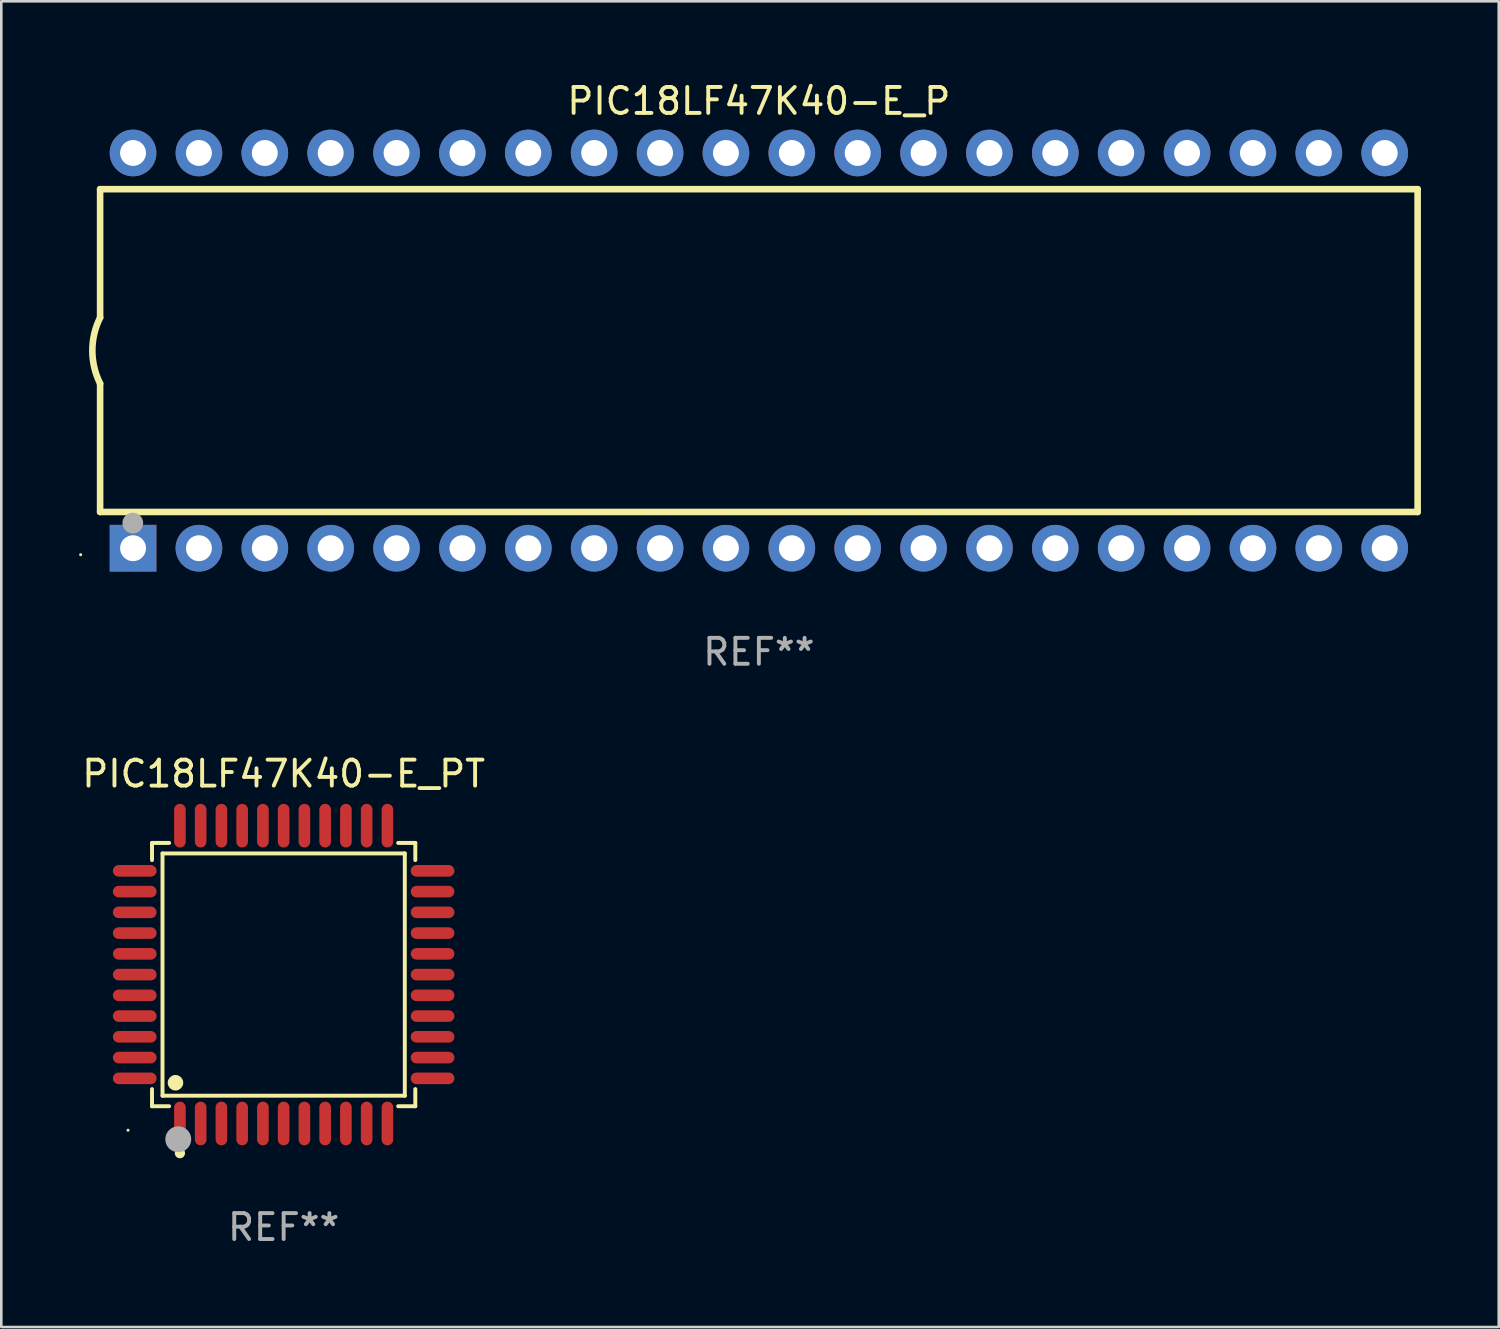
<source format=kicad_pcb>
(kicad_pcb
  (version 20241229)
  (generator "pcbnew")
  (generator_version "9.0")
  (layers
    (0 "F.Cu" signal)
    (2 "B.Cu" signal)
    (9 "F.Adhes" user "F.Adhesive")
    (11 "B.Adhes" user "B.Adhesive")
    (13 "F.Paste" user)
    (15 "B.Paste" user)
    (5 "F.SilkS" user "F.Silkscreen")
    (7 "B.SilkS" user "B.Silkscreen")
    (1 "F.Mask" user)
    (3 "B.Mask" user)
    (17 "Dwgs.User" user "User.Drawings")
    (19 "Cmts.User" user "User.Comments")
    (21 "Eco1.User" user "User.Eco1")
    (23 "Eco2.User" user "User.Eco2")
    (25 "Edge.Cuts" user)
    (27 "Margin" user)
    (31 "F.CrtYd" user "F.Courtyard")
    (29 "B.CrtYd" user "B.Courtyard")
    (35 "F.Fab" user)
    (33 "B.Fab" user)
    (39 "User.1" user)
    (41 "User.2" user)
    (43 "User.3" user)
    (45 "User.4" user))
  (footprint "PIC18LF47K40-E_PT"
    (layer "F.Cu")
    (at 7.887 34.527)
    (property "Reference" "PIC18LF47K40-E_PT" (at 0 -7.742 0) (layer "F.SilkS") (effects (font (size 1 1) (thickness 0.15))))
    (attr through_hole)
    (fp_line (start -5.076 -5.076) (end -4.415 -5.076) (stroke (width 0.152) (type solid)) (layer "F.SilkS"))
    (fp_line (start -5.076 -4.415) (end -5.076 -5.076) (stroke (width 0.152) (type solid)) (layer "F.SilkS"))
    (fp_line (start -5.076 4.415) (end -5.076 5.076) (stroke (width 0.152) (type solid)) (layer "F.SilkS"))
    (fp_line (start -5.076 5.076) (end -4.415 5.076) (stroke (width 0.152) (type solid)) (layer "F.SilkS"))
    (fp_line (start -4.671 -4.671) (end 4.671 -4.671) (stroke (width 0.152) (type solid)) (layer "F.SilkS"))
    (fp_line (start -4.671 4.671) (end -4.671 -4.671) (stroke (width 0.152) (type solid)) (layer "F.SilkS"))
    (fp_line (start 4.671 -4.671) (end 4.671 4.671) (stroke (width 0.152) (type solid)) (layer "F.SilkS"))
    (fp_line (start 4.671 4.671) (end -4.671 4.671) (stroke (width 0.152) (type solid)) (layer "F.SilkS"))
    (fp_line (start 5.076 -5.076) (end 4.415 -5.076) (stroke (width 0.152) (type solid)) (layer "F.SilkS"))
    (fp_line (start 5.076 -4.415) (end 5.076 -5.076) (stroke (width 0.152) (type solid)) (layer "F.SilkS"))
    (fp_line (start 5.076 4.415) (end 5.076 5.076) (stroke (width 0.152) (type solid)) (layer "F.SilkS"))
    (fp_line (start 5.076 5.076) (end 4.415 5.076) (stroke (width 0.152) (type solid)) (layer "F.SilkS"))
    (fp_circle (center -6 6) (end -5.97 6) (stroke (width 0.06) (type solid)) (fill no) (layer "F.SilkS"))
    (fp_circle (center -4.171 4.171) (end -4.021 4.171) (stroke (width 0.3) (type solid)) (fill no) (layer "F.SilkS"))
    (fp_circle (center -4 6.884) (end -3.9 6.884) (stroke (width 0.2) (type solid)) (fill no) (layer "F.SilkS"))
    (fp_circle (center -4.064 6.35) (end -3.814 6.35) (stroke (width 0.5) (type solid)) (fill no) (layer "F.Fab"))
    (fp_text user "REF**" (at 0 9.742 0) (layer "F.Fab") (effects (font (size 1 1) (thickness 0.15))))
    (pad "1" smd oval (at -4 5.742) (size 0.448 1.684) (layers "F.Cu" "F.Mask" "F.Paste"))
    (pad "2" smd oval (at -3.2 5.742) (size 0.448 1.684) (layers "F.Cu" "F.Mask" "F.Paste"))
    (pad "3" smd oval (at -2.4 5.742) (size 0.448 1.684) (layers "F.Cu" "F.Mask" "F.Paste"))
    (pad "4" smd oval (at -1.6 5.742) (size 0.448 1.684) (layers "F.Cu" "F.Mask" "F.Paste"))
    (pad "5" smd oval (at -0.8 5.742) (size 0.448 1.684) (layers "F.Cu" "F.Mask" "F.Paste"))
    (pad "6" smd oval (at 0 5.742) (size 0.448 1.684) (layers "F.Cu" "F.Mask" "F.Paste"))
    (pad "7" smd oval (at 0.8 5.742) (size 0.448 1.684) (layers "F.Cu" "F.Mask" "F.Paste"))
    (pad "8" smd oval (at 1.6 5.742) (size 0.448 1.684) (layers "F.Cu" "F.Mask" "F.Paste"))
    (pad "9" smd oval (at 2.4 5.742) (size 0.448 1.684) (layers "F.Cu" "F.Mask" "F.Paste"))
    (pad "10" smd oval (at 3.2 5.742) (size 0.448 1.684) (layers "F.Cu" "F.Mask" "F.Paste"))
    (pad "11" smd oval (at 4 5.742) (size 0.448 1.684) (layers "F.Cu" "F.Mask" "F.Paste"))
    (pad "12" smd oval (at 5.742 4) (size 1.684 0.448) (layers "F.Cu" "F.Mask" "F.Paste"))
    (pad "13" smd oval (at 5.742 3.2) (size 1.684 0.448) (layers "F.Cu" "F.Mask" "F.Paste"))
    (pad "14" smd oval (at 5.742 2.4) (size 1.684 0.448) (layers "F.Cu" "F.Mask" "F.Paste"))
    (pad "15" smd oval (at 5.742 1.6) (size 1.684 0.448) (layers "F.Cu" "F.Mask" "F.Paste"))
    (pad "16" smd oval (at 5.742 0.8) (size 1.684 0.448) (layers "F.Cu" "F.Mask" "F.Paste"))
    (pad "17" smd oval (at 5.742 0) (size 1.684 0.448) (layers "F.Cu" "F.Mask" "F.Paste"))
    (pad "18" smd oval (at 5.742 -0.8) (size 1.684 0.448) (layers "F.Cu" "F.Mask" "F.Paste"))
    (pad "19" smd oval (at 5.742 -1.6) (size 1.684 0.448) (layers "F.Cu" "F.Mask" "F.Paste"))
    (pad "20" smd oval (at 5.742 -2.4) (size 1.684 0.448) (layers "F.Cu" "F.Mask" "F.Paste"))
    (pad "21" smd oval (at 5.742 -3.2) (size 1.684 0.448) (layers "F.Cu" "F.Mask" "F.Paste"))
    (pad "22" smd oval (at 5.742 -4) (size 1.684 0.448) (layers "F.Cu" "F.Mask" "F.Paste"))
    (pad "23" smd oval (at 4 -5.742) (size 0.448 1.684) (layers "F.Cu" "F.Mask" "F.Paste"))
    (pad "24" smd oval (at 3.2 -5.742) (size 0.448 1.684) (layers "F.Cu" "F.Mask" "F.Paste"))
    (pad "25" smd oval (at 2.4 -5.742) (size 0.448 1.684) (layers "F.Cu" "F.Mask" "F.Paste"))
    (pad "26" smd oval (at 1.6 -5.742) (size 0.448 1.684) (layers "F.Cu" "F.Mask" "F.Paste"))
    (pad "27" smd oval (at 0.8 -5.742) (size 0.448 1.684) (layers "F.Cu" "F.Mask" "F.Paste"))
    (pad "28" smd oval (at 0 -5.742) (size 0.448 1.684) (layers "F.Cu" "F.Mask" "F.Paste"))
    (pad "29" smd oval (at -0.8 -5.742) (size 0.448 1.684) (layers "F.Cu" "F.Mask" "F.Paste"))
    (pad "30" smd oval (at -1.6 -5.742) (size 0.448 1.684) (layers "F.Cu" "F.Mask" "F.Paste"))
    (pad "31" smd oval (at -2.4 -5.742) (size 0.448 1.684) (layers "F.Cu" "F.Mask" "F.Paste"))
    (pad "32" smd oval (at -3.2 -5.742) (size 0.448 1.684) (layers "F.Cu" "F.Mask" "F.Paste"))
    (pad "33" smd oval (at -4 -5.742) (size 0.448 1.684) (layers "F.Cu" "F.Mask" "F.Paste"))
    (pad "34" smd oval (at -5.742 -4) (size 1.684 0.448) (layers "F.Cu" "F.Mask" "F.Paste"))
    (pad "35" smd oval (at -5.742 -3.2) (size 1.684 0.448) (layers "F.Cu" "F.Mask" "F.Paste"))
    (pad "36" smd oval (at -5.742 -2.4) (size 1.684 0.448) (layers "F.Cu" "F.Mask" "F.Paste"))
    (pad "37" smd oval (at -5.742 -1.6) (size 1.684 0.448) (layers "F.Cu" "F.Mask" "F.Paste"))
    (pad "38" smd oval (at -5.742 -0.8) (size 1.684 0.448) (layers "F.Cu" "F.Mask" "F.Paste"))
    (pad "39" smd oval (at -5.742 0) (size 1.684 0.448) (layers "F.Cu" "F.Mask" "F.Paste"))
    (pad "40" smd oval (at -5.742 0.8) (size 1.684 0.448) (layers "F.Cu" "F.Mask" "F.Paste"))
    (pad "41" smd oval (at -5.742 1.6) (size 1.684 0.448) (layers "F.Cu" "F.Mask" "F.Paste"))
    (pad "42" smd oval (at -5.742 2.4) (size 1.684 0.448) (layers "F.Cu" "F.Mask" "F.Paste"))
    (pad "43" smd oval (at -5.742 3.2) (size 1.684 0.448) (layers "F.Cu" "F.Mask" "F.Paste"))
    (pad "44" smd oval (at -5.742 4) (size 1.684 0.448) (layers "F.Cu" "F.Mask" "F.Paste")))
  (footprint "PIC18LF47K40-E_P"
    (layer "F.Cu")
    (at 26.21 10.468)
    (property "Reference" "PIC18LF47K40-E_P" (at 0 -9.62 0) (layer "F.SilkS") (effects (font (size 1 1) (thickness 0.15))))
    (attr through_hole)
    (fp_line (start -25.4 -6.224) (end -25.4 -1.271) (stroke (width 0.254) (type solid)) (layer "F.SilkS"))
    (fp_line (start -25.4 -6.224) (end 25.4 -6.224) (stroke (width 0.254) (type solid)) (layer "F.SilkS"))
    (fp_line (start -25.4 1.269) (end -25.4 6.222) (stroke (width 0.254) (type solid)) (layer "F.SilkS"))
    (fp_line (start -25.4 6.222) (end 25.4 6.222) (stroke (width 0.254) (type solid)) (layer "F.SilkS"))
    (fp_line (start 25.4 6.222) (end 25.4 -6.224) (stroke (width 0.254) (type solid)) (layer "F.SilkS"))
    (fp_arc (start -25.4 1.269241) (mid -25.699807 -0.000762) (end -25.4 -1.270765) (stroke (width 0.254001) (type solid)) (layer "F.SilkS"))
    (fp_circle (center -26.15 7.87) (end -26.12 7.87) (stroke (width 0.06) (type solid)) (fill no) (layer "F.SilkS"))
    (fp_circle (center -24.14 6.65) (end -23.94 6.65) (stroke (width 0.4) (type solid)) (fill no) (layer "F.Fab"))
    (fp_text user "REF**" (at 0 11.62 0) (layer "F.Fab") (effects (font (size 1 1) (thickness 0.15))))
    (pad "1" thru_hole rect (at -24.13 7.62 90) (size 1.8 1.8) (drill 1) (layers "*.Cu" "*.Mask"))
    (pad "2" thru_hole circle (at -21.59 7.62) (size 1.8 1.8) (drill 1) (layers "*.Cu" "*.Mask"))
    (pad "3" thru_hole circle (at -19.05 7.62) (size 1.8 1.8) (drill 1) (layers "*.Cu" "*.Mask"))
    (pad "4" thru_hole circle (at -16.51 7.62) (size 1.8 1.8) (drill 1) (layers "*.Cu" "*.Mask"))
    (pad "5" thru_hole circle (at -13.97 7.62) (size 1.8 1.8) (drill 1) (layers "*.Cu" "*.Mask"))
    (pad "6" thru_hole circle (at -11.43 7.62) (size 1.8 1.8) (drill 1) (layers "*.Cu" "*.Mask"))
    (pad "7" thru_hole circle (at -8.89 7.62) (size 1.8 1.8) (drill 1) (layers "*.Cu" "*.Mask"))
    (pad "8" thru_hole circle (at -6.35 7.62) (size 1.8 1.8) (drill 1) (layers "*.Cu" "*.Mask"))
    (pad "9" thru_hole circle (at -3.81 7.62) (size 1.8 1.8) (drill 1) (layers "*.Cu" "*.Mask"))
    (pad "10" thru_hole circle (at -1.27 7.62) (size 1.8 1.8) (drill 1) (layers "*.Cu" "*.Mask"))
    (pad "11" thru_hole circle (at 1.27 7.62) (size 1.8 1.8) (drill 1) (layers "*.Cu" "*.Mask"))
    (pad "12" thru_hole circle (at 3.81 7.62) (size 1.8 1.8) (drill 1) (layers "*.Cu" "*.Mask"))
    (pad "13" thru_hole circle (at 6.35 7.62) (size 1.8 1.8) (drill 1) (layers "*.Cu" "*.Mask"))
    (pad "14" thru_hole circle (at 8.89 7.62) (size 1.8 1.8) (drill 1) (layers "*.Cu" "*.Mask"))
    (pad "15" thru_hole circle (at 11.43 7.62) (size 1.8 1.8) (drill 1) (layers "*.Cu" "*.Mask"))
    (pad "16" thru_hole circle (at 13.97 7.62) (size 1.8 1.8) (drill 1) (layers "*.Cu" "*.Mask"))
    (pad "17" thru_hole circle (at 16.51 7.62) (size 1.8 1.8) (drill 1) (layers "*.Cu" "*.Mask"))
    (pad "18" thru_hole circle (at 19.05 7.62) (size 1.8 1.8) (drill 1) (layers "*.Cu" "*.Mask"))
    (pad "19" thru_hole circle (at 21.59 7.62) (size 1.8 1.8) (drill 1) (layers "*.Cu" "*.Mask"))
    (pad "20" thru_hole circle (at 24.13 7.62) (size 1.8 1.8) (drill 1) (layers "*.Cu" "*.Mask"))
    (pad "21" thru_hole circle (at 24.13 -7.62) (size 1.8 1.8) (drill 1) (layers "*.Cu" "*.Mask"))
    (pad "22" thru_hole circle (at 21.59 -7.62) (size 1.8 1.8) (drill 1) (layers "*.Cu" "*.Mask"))
    (pad "23" thru_hole circle (at 19.05 -7.62) (size 1.8 1.8) (drill 1) (layers "*.Cu" "*.Mask"))
    (pad "24" thru_hole circle (at 16.51 -7.62) (size 1.8 1.8) (drill 1) (layers "*.Cu" "*.Mask"))
    (pad "25" thru_hole circle (at 13.97 -7.62) (size 1.8 1.8) (drill 1) (layers "*.Cu" "*.Mask"))
    (pad "26" thru_hole circle (at 11.43 -7.62) (size 1.8 1.8) (drill 1) (layers "*.Cu" "*.Mask"))
    (pad "27" thru_hole circle (at 8.89 -7.62) (size 1.8 1.8) (drill 1) (layers "*.Cu" "*.Mask"))
    (pad "28" thru_hole circle (at 6.35 -7.62) (size 1.8 1.8) (drill 1) (layers "*.Cu" "*.Mask"))
    (pad "29" thru_hole circle (at 3.81 -7.62) (size 1.8 1.8) (drill 1) (layers "*.Cu" "*.Mask"))
    (pad "30" thru_hole circle (at 1.27 -7.62) (size 1.8 1.8) (drill 1) (layers "*.Cu" "*.Mask"))
    (pad "31" thru_hole circle (at -1.27 -7.62) (size 1.8 1.8) (drill 1) (layers "*.Cu" "*.Mask"))
    (pad "32" thru_hole circle (at -3.81 -7.62) (size 1.8 1.8) (drill 1) (layers "*.Cu" "*.Mask"))
    (pad "33" thru_hole circle (at -6.35 -7.62) (size 1.8 1.8) (drill 1) (layers "*.Cu" "*.Mask"))
    (pad "34" thru_hole circle (at -8.89 -7.62) (size 1.8 1.8) (drill 1) (layers "*.Cu" "*.Mask"))
    (pad "35" thru_hole circle (at -11.43 -7.62) (size 1.8 1.8) (drill 1) (layers "*.Cu" "*.Mask"))
    (pad "36" thru_hole circle (at -13.97 -7.62) (size 1.8 1.8) (drill 1) (layers "*.Cu" "*.Mask"))
    (pad "37" thru_hole circle (at -16.51 -7.62) (size 1.8 1.8) (drill 1) (layers "*.Cu" "*.Mask"))
    (pad "38" thru_hole circle (at -19.05 -7.62) (size 1.8 1.8) (drill 1) (layers "*.Cu" "*.Mask"))
    (pad "39" thru_hole circle (at -21.59 -7.62) (size 1.8 1.8) (drill 1) (layers "*.Cu" "*.Mask"))
    (pad "40" thru_hole circle (at -24.13 -7.62) (size 1.8 1.8) (drill 1) (layers "*.Cu" "*.Mask")))
  (gr_rect
    (start -3 -3)
    (end 54.737 48.117)
    (stroke (width 0.1) (type default))
    (fill no)
    (layer "Edge.Cuts")))
</source>
